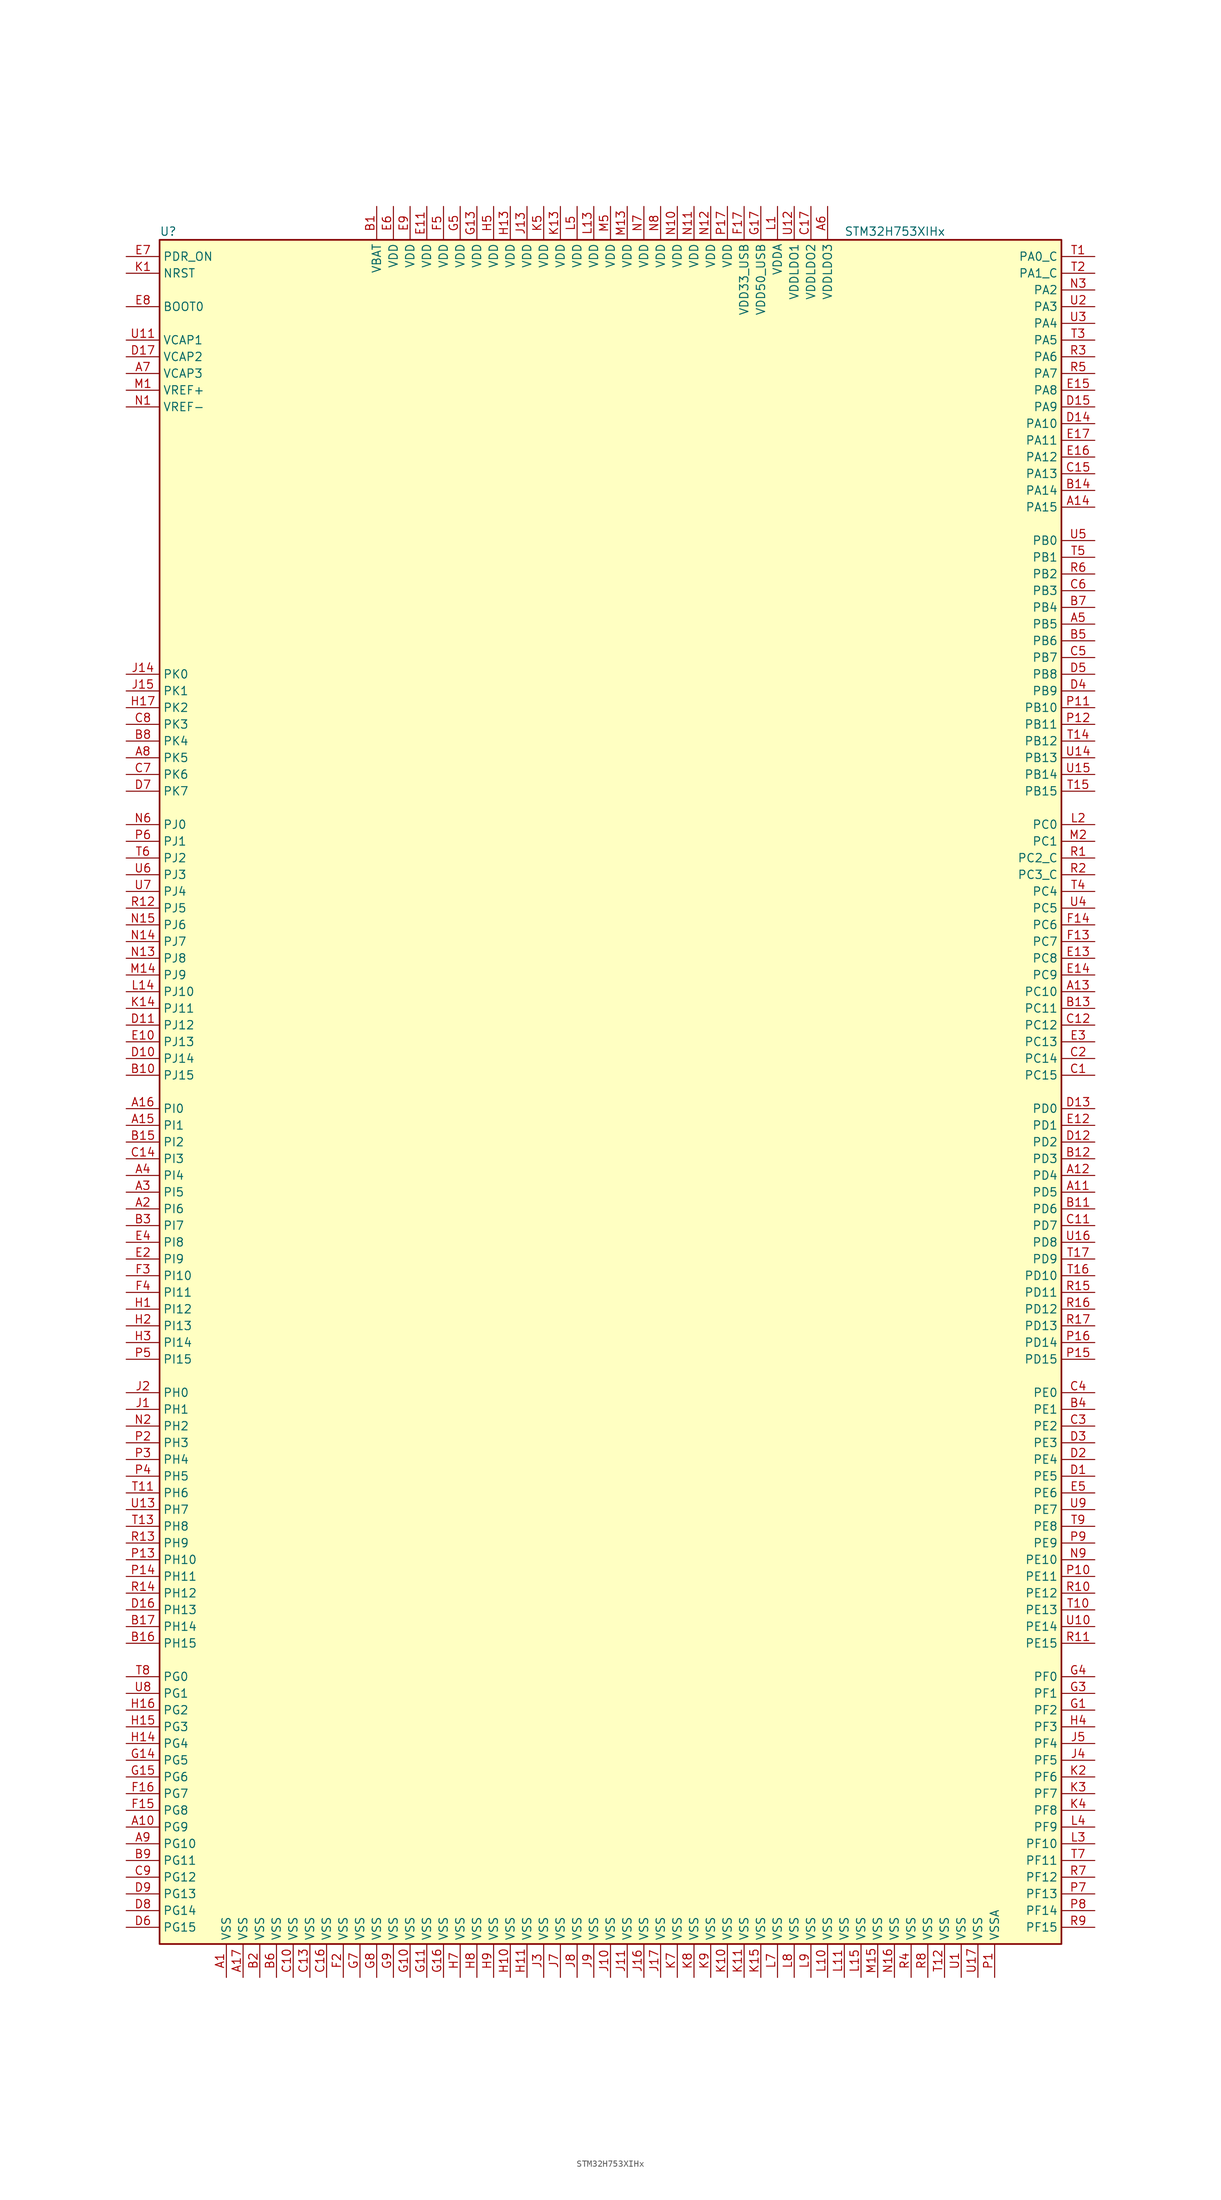
<source format=kicad_sym>
(kicad_symbol_lib
  (version 20220914)
  (generator kicad_symbol_editor)
  (symbol "STM32H753XIHx"
    (property "Reference" "U"
      (at -68.58 130.81 0)
      (effects (font (size 1.27 1.27)) (justify left)))
    (property "Value" "STM32H753XIHx"
      (at 35.56 130.81 0)
      (effects (font (size 1.27 1.27)) (justify left)))
    (symbol "STM32H753XIHx_0_1"
      (rectangle (start -68.58 -129.54) (end 68.58 129.54) (stroke (width 0.254) (type default)) (fill (type background))))
    (symbol "STM32H753XIHx_1_1"
      (pin power_in line (at -58.42 -134.62 90) (length 5.08) (name "VSS" (effects (font (size 1.27 1.27)))) (number "A1" (effects (font (size 1.27 1.27)))))
      (pin bidirectional line (at -73.66 -111.76 0) (length 5.08) (name "PG9" (effects (font (size 1.27 1.27)))) (number "A10" (effects (font (size 1.27 1.27)))))
      (pin bidirectional line (at 73.66 -15.24 180) (length 5.08) (name "PD5" (effects (font (size 1.27 1.27)))) (number "A11" (effects (font (size 1.27 1.27)))))
      (pin bidirectional line (at 73.66 -12.7 180) (length 5.08) (name "PD4" (effects (font (size 1.27 1.27)))) (number "A12" (effects (font (size 1.27 1.27)))))
      (pin bidirectional line (at 73.66 15.24 180) (length 5.08) (name "PC10" (effects (font (size 1.27 1.27)))) (number "A13" (effects (font (size 1.27 1.27)))))
      (pin bidirectional line (at 73.66 88.9 180) (length 5.08) (name "PA15" (effects (font (size 1.27 1.27)))) (number "A14" (effects (font (size 1.27 1.27)))))
      (pin bidirectional line (at -73.66 -5.08 0) (length 5.08) (name "PI1" (effects (font (size 1.27 1.27)))) (number "A15" (effects (font (size 1.27 1.27)))))
      (pin bidirectional line (at -73.66 -2.54 0) (length 5.08) (name "PI0" (effects (font (size 1.27 1.27)))) (number "A16" (effects (font (size 1.27 1.27)))))
      (pin power_in line (at -55.88 -134.62 90) (length 5.08) (name "VSS" (effects (font (size 1.27 1.27)))) (number "A17" (effects (font (size 1.27 1.27)))))
      (pin bidirectional line (at -73.66 -17.78 0) (length 5.08) (name "PI6" (effects (font (size 1.27 1.27)))) (number "A2" (effects (font (size 1.27 1.27)))))
      (pin bidirectional line (at -73.66 -15.24 0) (length 5.08) (name "PI5" (effects (font (size 1.27 1.27)))) (number "A3" (effects (font (size 1.27 1.27)))))
      (pin bidirectional line (at -73.66 -12.7 0) (length 5.08) (name "PI4" (effects (font (size 1.27 1.27)))) (number "A4" (effects (font (size 1.27 1.27)))))
      (pin bidirectional line (at 73.66 71.12 180) (length 5.08) (name "PB5" (effects (font (size 1.27 1.27)))) (number "A5" (effects (font (size 1.27 1.27)))))
      (pin power_in line (at 33.02 134.62 270) (length 5.08) (name "VDDLDO3" (effects (font (size 1.27 1.27)))) (number "A6" (effects (font (size 1.27 1.27)))))
      (pin power_in line (at -73.66 109.22 0) (length 5.08) (name "VCAP3" (effects (font (size 1.27 1.27)))) (number "A7" (effects (font (size 1.27 1.27)))))
      (pin bidirectional line (at -73.66 50.8 0) (length 5.08) (name "PK5" (effects (font (size 1.27 1.27)))) (number "A8" (effects (font (size 1.27 1.27)))))
      (pin bidirectional line (at -73.66 -114.3 0) (length 5.08) (name "PG10" (effects (font (size 1.27 1.27)))) (number "A9" (effects (font (size 1.27 1.27)))))
      (pin power_in line (at -35.56 134.62 270) (length 5.08) (name "VBAT" (effects (font (size 1.27 1.27)))) (number "B1" (effects (font (size 1.27 1.27)))))
      (pin bidirectional line (at -73.66 2.54 0) (length 5.08) (name "PJ15" (effects (font (size 1.27 1.27)))) (number "B10" (effects (font (size 1.27 1.27)))))
      (pin bidirectional line (at 73.66 -17.78 180) (length 5.08) (name "PD6" (effects (font (size 1.27 1.27)))) (number "B11" (effects (font (size 1.27 1.27)))))
      (pin bidirectional line (at 73.66 -10.16 180) (length 5.08) (name "PD3" (effects (font (size 1.27 1.27)))) (number "B12" (effects (font (size 1.27 1.27)))))
      (pin bidirectional line (at 73.66 12.7 180) (length 5.08) (name "PC11" (effects (font (size 1.27 1.27)))) (number "B13" (effects (font (size 1.27 1.27)))))
      (pin bidirectional line (at 73.66 91.44 180) (length 5.08) (name "PA14" (effects (font (size 1.27 1.27)))) (number "B14" (effects (font (size 1.27 1.27)))))
      (pin bidirectional line (at -73.66 -7.62 0) (length 5.08) (name "PI2" (effects (font (size 1.27 1.27)))) (number "B15" (effects (font (size 1.27 1.27)))))
      (pin bidirectional line (at -73.66 -83.82 0) (length 5.08) (name "PH15" (effects (font (size 1.27 1.27)))) (number "B16" (effects (font (size 1.27 1.27)))))
      (pin bidirectional line (at -73.66 -81.28 0) (length 5.08) (name "PH14" (effects (font (size 1.27 1.27)))) (number "B17" (effects (font (size 1.27 1.27)))))
      (pin power_in line (at -53.34 -134.62 90) (length 5.08) (name "VSS" (effects (font (size 1.27 1.27)))) (number "B2" (effects (font (size 1.27 1.27)))))
      (pin bidirectional line (at -73.66 -20.32 0) (length 5.08) (name "PI7" (effects (font (size 1.27 1.27)))) (number "B3" (effects (font (size 1.27 1.27)))))
      (pin bidirectional line (at 73.66 -48.26 180) (length 5.08) (name "PE1" (effects (font (size 1.27 1.27)))) (number "B4" (effects (font (size 1.27 1.27)))))
      (pin bidirectional line (at 73.66 68.58 180) (length 5.08) (name "PB6" (effects (font (size 1.27 1.27)))) (number "B5" (effects (font (size 1.27 1.27)))))
      (pin power_in line (at -50.8 -134.62 90) (length 5.08) (name "VSS" (effects (font (size 1.27 1.27)))) (number "B6" (effects (font (size 1.27 1.27)))))
      (pin bidirectional line (at 73.66 73.66 180) (length 5.08) (name "PB4" (effects (font (size 1.27 1.27)))) (number "B7" (effects (font (size 1.27 1.27)))))
      (pin bidirectional line (at -73.66 53.34 0) (length 5.08) (name "PK4" (effects (font (size 1.27 1.27)))) (number "B8" (effects (font (size 1.27 1.27)))))
      (pin bidirectional line (at -73.66 -116.84 0) (length 5.08) (name "PG11" (effects (font (size 1.27 1.27)))) (number "B9" (effects (font (size 1.27 1.27)))))
      (pin bidirectional line (at 73.66 2.54 180) (length 5.08) (name "PC15" (effects (font (size 1.27 1.27)))) (number "C1" (effects (font (size 1.27 1.27)))))
      (pin power_in line (at -48.26 -134.62 90) (length 5.08) (name "VSS" (effects (font (size 1.27 1.27)))) (number "C10" (effects (font (size 1.27 1.27)))))
      (pin bidirectional line (at 73.66 -20.32 180) (length 5.08) (name "PD7" (effects (font (size 1.27 1.27)))) (number "C11" (effects (font (size 1.27 1.27)))))
      (pin bidirectional line (at 73.66 10.16 180) (length 5.08) (name "PC12" (effects (font (size 1.27 1.27)))) (number "C12" (effects (font (size 1.27 1.27)))))
      (pin power_in line (at -45.72 -134.62 90) (length 5.08) (name "VSS" (effects (font (size 1.27 1.27)))) (number "C13" (effects (font (size 1.27 1.27)))))
      (pin bidirectional line (at -73.66 -10.16 0) (length 5.08) (name "PI3" (effects (font (size 1.27 1.27)))) (number "C14" (effects (font (size 1.27 1.27)))))
      (pin bidirectional line (at 73.66 93.98 180) (length 5.08) (name "PA13" (effects (font (size 1.27 1.27)))) (number "C15" (effects (font (size 1.27 1.27)))))
      (pin power_in line (at -43.18 -134.62 90) (length 5.08) (name "VSS" (effects (font (size 1.27 1.27)))) (number "C16" (effects (font (size 1.27 1.27)))))
      (pin power_in line (at 30.48 134.62 270) (length 5.08) (name "VDDLDO2" (effects (font (size 1.27 1.27)))) (number "C17" (effects (font (size 1.27 1.27)))))
      (pin bidirectional line (at 73.66 5.08 180) (length 5.08) (name "PC14" (effects (font (size 1.27 1.27)))) (number "C2" (effects (font (size 1.27 1.27)))))
      (pin bidirectional line (at 73.66 -50.8 180) (length 5.08) (name "PE2" (effects (font (size 1.27 1.27)))) (number "C3" (effects (font (size 1.27 1.27)))))
      (pin bidirectional line (at 73.66 -45.72 180) (length 5.08) (name "PE0" (effects (font (size 1.27 1.27)))) (number "C4" (effects (font (size 1.27 1.27)))))
      (pin bidirectional line (at 73.66 66.04 180) (length 5.08) (name "PB7" (effects (font (size 1.27 1.27)))) (number "C5" (effects (font (size 1.27 1.27)))))
      (pin bidirectional line (at 73.66 76.2 180) (length 5.08) (name "PB3" (effects (font (size 1.27 1.27)))) (number "C6" (effects (font (size 1.27 1.27)))))
      (pin bidirectional line (at -73.66 48.26 0) (length 5.08) (name "PK6" (effects (font (size 1.27 1.27)))) (number "C7" (effects (font (size 1.27 1.27)))))
      (pin bidirectional line (at -73.66 55.88 0) (length 5.08) (name "PK3" (effects (font (size 1.27 1.27)))) (number "C8" (effects (font (size 1.27 1.27)))))
      (pin bidirectional line (at -73.66 -119.38 0) (length 5.08) (name "PG12" (effects (font (size 1.27 1.27)))) (number "C9" (effects (font (size 1.27 1.27)))))
      (pin bidirectional line (at 73.66 -58.42 180) (length 5.08) (name "PE5" (effects (font (size 1.27 1.27)))) (number "D1" (effects (font (size 1.27 1.27)))))
      (pin bidirectional line (at -73.66 5.08 0) (length 5.08) (name "PJ14" (effects (font (size 1.27 1.27)))) (number "D10" (effects (font (size 1.27 1.27)))))
      (pin bidirectional line (at -73.66 10.16 0) (length 5.08) (name "PJ12" (effects (font (size 1.27 1.27)))) (number "D11" (effects (font (size 1.27 1.27)))))
      (pin bidirectional line (at 73.66 -7.62 180) (length 5.08) (name "PD2" (effects (font (size 1.27 1.27)))) (number "D12" (effects (font (size 1.27 1.27)))))
      (pin bidirectional line (at 73.66 -2.54 180) (length 5.08) (name "PD0" (effects (font (size 1.27 1.27)))) (number "D13" (effects (font (size 1.27 1.27)))))
      (pin bidirectional line (at 73.66 101.6 180) (length 5.08) (name "PA10" (effects (font (size 1.27 1.27)))) (number "D14" (effects (font (size 1.27 1.27)))))
      (pin bidirectional line (at 73.66 104.14 180) (length 5.08) (name "PA9" (effects (font (size 1.27 1.27)))) (number "D15" (effects (font (size 1.27 1.27)))))
      (pin bidirectional line (at -73.66 -78.74 0) (length 5.08) (name "PH13" (effects (font (size 1.27 1.27)))) (number "D16" (effects (font (size 1.27 1.27)))))
      (pin power_in line (at -73.66 111.76 0) (length 5.08) (name "VCAP2" (effects (font (size 1.27 1.27)))) (number "D17" (effects (font (size 1.27 1.27)))))
      (pin bidirectional line (at 73.66 -55.88 180) (length 5.08) (name "PE4" (effects (font (size 1.27 1.27)))) (number "D2" (effects (font (size 1.27 1.27)))))
      (pin bidirectional line (at 73.66 -53.34 180) (length 5.08) (name "PE3" (effects (font (size 1.27 1.27)))) (number "D3" (effects (font (size 1.27 1.27)))))
      (pin bidirectional line (at 73.66 60.96 180) (length 5.08) (name "PB9" (effects (font (size 1.27 1.27)))) (number "D4" (effects (font (size 1.27 1.27)))))
      (pin bidirectional line (at 73.66 63.5 180) (length 5.08) (name "PB8" (effects (font (size 1.27 1.27)))) (number "D5" (effects (font (size 1.27 1.27)))))
      (pin bidirectional line (at -73.66 -127 0) (length 5.08) (name "PG15" (effects (font (size 1.27 1.27)))) (number "D6" (effects (font (size 1.27 1.27)))))
      (pin bidirectional line (at -73.66 45.72 0) (length 5.08) (name "PK7" (effects (font (size 1.27 1.27)))) (number "D7" (effects (font (size 1.27 1.27)))))
      (pin bidirectional line (at -73.66 -124.46 0) (length 5.08) (name "PG14" (effects (font (size 1.27 1.27)))) (number "D8" (effects (font (size 1.27 1.27)))))
      (pin bidirectional line (at -73.66 -121.92 0) (length 5.08) (name "PG13" (effects (font (size 1.27 1.27)))) (number "D9" (effects (font (size 1.27 1.27)))))
      (pin no_connect line (at -68.58 -127 0) (length 5.08) hide (name "NC" (effects (font (size 1.27 1.27)))) (number "E1" (effects (font (size 1.27 1.27)))))
      (pin bidirectional line (at -73.66 7.62 0) (length 5.08) (name "PJ13" (effects (font (size 1.27 1.27)))) (number "E10" (effects (font (size 1.27 1.27)))))
      (pin power_in line (at -27.94 134.62 270) (length 5.08) (name "VDD" (effects (font (size 1.27 1.27)))) (number "E11" (effects (font (size 1.27 1.27)))))
      (pin bidirectional line (at 73.66 -5.08 180) (length 5.08) (name "PD1" (effects (font (size 1.27 1.27)))) (number "E12" (effects (font (size 1.27 1.27)))))
      (pin bidirectional line (at 73.66 20.32 180) (length 5.08) (name "PC8" (effects (font (size 1.27 1.27)))) (number "E13" (effects (font (size 1.27 1.27)))))
      (pin bidirectional line (at 73.66 17.78 180) (length 5.08) (name "PC9" (effects (font (size 1.27 1.27)))) (number "E14" (effects (font (size 1.27 1.27)))))
      (pin bidirectional line (at 73.66 106.68 180) (length 5.08) (name "PA8" (effects (font (size 1.27 1.27)))) (number "E15" (effects (font (size 1.27 1.27)))))
      (pin bidirectional line (at 73.66 96.52 180) (length 5.08) (name "PA12" (effects (font (size 1.27 1.27)))) (number "E16" (effects (font (size 1.27 1.27)))))
      (pin bidirectional line (at 73.66 99.06 180) (length 5.08) (name "PA11" (effects (font (size 1.27 1.27)))) (number "E17" (effects (font (size 1.27 1.27)))))
      (pin bidirectional line (at -73.66 -25.4 0) (length 5.08) (name "PI9" (effects (font (size 1.27 1.27)))) (number "E2" (effects (font (size 1.27 1.27)))))
      (pin bidirectional line (at 73.66 7.62 180) (length 5.08) (name "PC13" (effects (font (size 1.27 1.27)))) (number "E3" (effects (font (size 1.27 1.27)))))
      (pin bidirectional line (at -73.66 -22.86 0) (length 5.08) (name "PI8" (effects (font (size 1.27 1.27)))) (number "E4" (effects (font (size 1.27 1.27)))))
      (pin bidirectional line (at 73.66 -60.96 180) (length 5.08) (name "PE6" (effects (font (size 1.27 1.27)))) (number "E5" (effects (font (size 1.27 1.27)))))
      (pin power_in line (at -33.02 134.62 270) (length 5.08) (name "VDD" (effects (font (size 1.27 1.27)))) (number "E6" (effects (font (size 1.27 1.27)))))
      (pin input line (at -73.66 127 0) (length 5.08) (name "PDR_ON" (effects (font (size 1.27 1.27)))) (number "E7" (effects (font (size 1.27 1.27)))))
      (pin input line (at -73.66 119.38 0) (length 5.08) (name "BOOT0" (effects (font (size 1.27 1.27)))) (number "E8" (effects (font (size 1.27 1.27)))))
      (pin power_in line (at -30.48 134.62 270) (length 5.08) (name "VDD" (effects (font (size 1.27 1.27)))) (number "E9" (effects (font (size 1.27 1.27)))))
      (pin no_connect line (at -68.58 -124.46 0) (length 5.08) hide (name "NC" (effects (font (size 1.27 1.27)))) (number "F1" (effects (font (size 1.27 1.27)))))
      (pin bidirectional line (at 73.66 22.86 180) (length 5.08) (name "PC7" (effects (font (size 1.27 1.27)))) (number "F13" (effects (font (size 1.27 1.27)))))
      (pin bidirectional line (at 73.66 25.4 180) (length 5.08) (name "PC6" (effects (font (size 1.27 1.27)))) (number "F14" (effects (font (size 1.27 1.27)))))
      (pin bidirectional line (at -73.66 -109.22 0) (length 5.08) (name "PG8" (effects (font (size 1.27 1.27)))) (number "F15" (effects (font (size 1.27 1.27)))))
      (pin bidirectional line (at -73.66 -106.68 0) (length 5.08) (name "PG7" (effects (font (size 1.27 1.27)))) (number "F16" (effects (font (size 1.27 1.27)))))
      (pin power_in line (at 20.32 134.62 270) (length 5.08) (name "VDD33_USB" (effects (font (size 1.27 1.27)))) (number "F17" (effects (font (size 1.27 1.27)))))
      (pin power_in line (at -40.64 -134.62 90) (length 5.08) (name "VSS" (effects (font (size 1.27 1.27)))) (number "F2" (effects (font (size 1.27 1.27)))))
      (pin bidirectional line (at -73.66 -27.94 0) (length 5.08) (name "PI10" (effects (font (size 1.27 1.27)))) (number "F3" (effects (font (size 1.27 1.27)))))
      (pin bidirectional line (at -73.66 -30.48 0) (length 5.08) (name "PI11" (effects (font (size 1.27 1.27)))) (number "F4" (effects (font (size 1.27 1.27)))))
      (pin power_in line (at -25.4 134.62 270) (length 5.08) (name "VDD" (effects (font (size 1.27 1.27)))) (number "F5" (effects (font (size 1.27 1.27)))))
      (pin bidirectional line (at 73.66 -93.98 180) (length 5.08) (name "PF2" (effects (font (size 1.27 1.27)))) (number "G1" (effects (font (size 1.27 1.27)))))
      (pin power_in line (at -30.48 -134.62 90) (length 5.08) (name "VSS" (effects (font (size 1.27 1.27)))) (number "G10" (effects (font (size 1.27 1.27)))))
      (pin power_in line (at -27.94 -134.62 90) (length 5.08) (name "VSS" (effects (font (size 1.27 1.27)))) (number "G11" (effects (font (size 1.27 1.27)))))
      (pin power_in line (at -20.32 134.62 270) (length 5.08) (name "VDD" (effects (font (size 1.27 1.27)))) (number "G13" (effects (font (size 1.27 1.27)))))
      (pin bidirectional line (at -73.66 -101.6 0) (length 5.08) (name "PG5" (effects (font (size 1.27 1.27)))) (number "G14" (effects (font (size 1.27 1.27)))))
      (pin bidirectional line (at -73.66 -104.14 0) (length 5.08) (name "PG6" (effects (font (size 1.27 1.27)))) (number "G15" (effects (font (size 1.27 1.27)))))
      (pin power_in line (at -25.4 -134.62 90) (length 5.08) (name "VSS" (effects (font (size 1.27 1.27)))) (number "G16" (effects (font (size 1.27 1.27)))))
      (pin power_in line (at 22.86 134.62 270) (length 5.08) (name "VDD50_USB" (effects (font (size 1.27 1.27)))) (number "G17" (effects (font (size 1.27 1.27)))))
      (pin no_connect line (at -68.58 -121.92 0) (length 5.08) hide (name "NC" (effects (font (size 1.27 1.27)))) (number "G2" (effects (font (size 1.27 1.27)))))
      (pin bidirectional line (at 73.66 -91.44 180) (length 5.08) (name "PF1" (effects (font (size 1.27 1.27)))) (number "G3" (effects (font (size 1.27 1.27)))))
      (pin bidirectional line (at 73.66 -88.9 180) (length 5.08) (name "PF0" (effects (font (size 1.27 1.27)))) (number "G4" (effects (font (size 1.27 1.27)))))
      (pin power_in line (at -22.86 134.62 270) (length 5.08) (name "VDD" (effects (font (size 1.27 1.27)))) (number "G5" (effects (font (size 1.27 1.27)))))
      (pin power_in line (at -38.1 -134.62 90) (length 5.08) (name "VSS" (effects (font (size 1.27 1.27)))) (number "G7" (effects (font (size 1.27 1.27)))))
      (pin power_in line (at -35.56 -134.62 90) (length 5.08) (name "VSS" (effects (font (size 1.27 1.27)))) (number "G8" (effects (font (size 1.27 1.27)))))
      (pin power_in line (at -33.02 -134.62 90) (length 5.08) (name "VSS" (effects (font (size 1.27 1.27)))) (number "G9" (effects (font (size 1.27 1.27)))))
      (pin bidirectional line (at -73.66 -33.02 0) (length 5.08) (name "PI12" (effects (font (size 1.27 1.27)))) (number "H1" (effects (font (size 1.27 1.27)))))
      (pin power_in line (at -15.24 -134.62 90) (length 5.08) (name "VSS" (effects (font (size 1.27 1.27)))) (number "H10" (effects (font (size 1.27 1.27)))))
      (pin power_in line (at -12.7 -134.62 90) (length 5.08) (name "VSS" (effects (font (size 1.27 1.27)))) (number "H11" (effects (font (size 1.27 1.27)))))
      (pin power_in line (at -15.24 134.62 270) (length 5.08) (name "VDD" (effects (font (size 1.27 1.27)))) (number "H13" (effects (font (size 1.27 1.27)))))
      (pin bidirectional line (at -73.66 -99.06 0) (length 5.08) (name "PG4" (effects (font (size 1.27 1.27)))) (number "H14" (effects (font (size 1.27 1.27)))))
      (pin bidirectional line (at -73.66 -96.52 0) (length 5.08) (name "PG3" (effects (font (size 1.27 1.27)))) (number "H15" (effects (font (size 1.27 1.27)))))
      (pin bidirectional line (at -73.66 -93.98 0) (length 5.08) (name "PG2" (effects (font (size 1.27 1.27)))) (number "H16" (effects (font (size 1.27 1.27)))))
      (pin bidirectional line (at -73.66 58.42 0) (length 5.08) (name "PK2" (effects (font (size 1.27 1.27)))) (number "H17" (effects (font (size 1.27 1.27)))))
      (pin bidirectional line (at -73.66 -35.56 0) (length 5.08) (name "PI13" (effects (font (size 1.27 1.27)))) (number "H2" (effects (font (size 1.27 1.27)))))
      (pin bidirectional line (at -73.66 -38.1 0) (length 5.08) (name "PI14" (effects (font (size 1.27 1.27)))) (number "H3" (effects (font (size 1.27 1.27)))))
      (pin bidirectional line (at 73.66 -96.52 180) (length 5.08) (name "PF3" (effects (font (size 1.27 1.27)))) (number "H4" (effects (font (size 1.27 1.27)))))
      (pin power_in line (at -17.78 134.62 270) (length 5.08) (name "VDD" (effects (font (size 1.27 1.27)))) (number "H5" (effects (font (size 1.27 1.27)))))
      (pin power_in line (at -22.86 -134.62 90) (length 5.08) (name "VSS" (effects (font (size 1.27 1.27)))) (number "H7" (effects (font (size 1.27 1.27)))))
      (pin power_in line (at -20.32 -134.62 90) (length 5.08) (name "VSS" (effects (font (size 1.27 1.27)))) (number "H8" (effects (font (size 1.27 1.27)))))
      (pin power_in line (at -17.78 -134.62 90) (length 5.08) (name "VSS" (effects (font (size 1.27 1.27)))) (number "H9" (effects (font (size 1.27 1.27)))))
      (pin input line (at -73.66 -48.26 0) (length 5.08) (name "PH1" (effects (font (size 1.27 1.27)))) (number "J1" (effects (font (size 1.27 1.27)))))
      (pin power_in line (at 0 -134.62 90) (length 5.08) (name "VSS" (effects (font (size 1.27 1.27)))) (number "J10" (effects (font (size 1.27 1.27)))))
      (pin power_in line (at 2.54 -134.62 90) (length 5.08) (name "VSS" (effects (font (size 1.27 1.27)))) (number "J11" (effects (font (size 1.27 1.27)))))
      (pin power_in line (at -12.7 134.62 270) (length 5.08) (name "VDD" (effects (font (size 1.27 1.27)))) (number "J13" (effects (font (size 1.27 1.27)))))
      (pin bidirectional line (at -73.66 63.5 0) (length 5.08) (name "PK0" (effects (font (size 1.27 1.27)))) (number "J14" (effects (font (size 1.27 1.27)))))
      (pin bidirectional line (at -73.66 60.96 0) (length 5.08) (name "PK1" (effects (font (size 1.27 1.27)))) (number "J15" (effects (font (size 1.27 1.27)))))
      (pin power_in line (at 5.08 -134.62 90) (length 5.08) (name "VSS" (effects (font (size 1.27 1.27)))) (number "J16" (effects (font (size 1.27 1.27)))))
      (pin power_in line (at 7.62 -134.62 90) (length 5.08) (name "VSS" (effects (font (size 1.27 1.27)))) (number "J17" (effects (font (size 1.27 1.27)))))
      (pin input line (at -73.66 -45.72 0) (length 5.08) (name "PH0" (effects (font (size 1.27 1.27)))) (number "J2" (effects (font (size 1.27 1.27)))))
      (pin power_in line (at -10.16 -134.62 90) (length 5.08) (name "VSS" (effects (font (size 1.27 1.27)))) (number "J3" (effects (font (size 1.27 1.27)))))
      (pin bidirectional line (at 73.66 -101.6 180) (length 5.08) (name "PF5" (effects (font (size 1.27 1.27)))) (number "J4" (effects (font (size 1.27 1.27)))))
      (pin bidirectional line (at 73.66 -99.06 180) (length 5.08) (name "PF4" (effects (font (size 1.27 1.27)))) (number "J5" (effects (font (size 1.27 1.27)))))
      (pin power_in line (at -7.62 -134.62 90) (length 5.08) (name "VSS" (effects (font (size 1.27 1.27)))) (number "J7" (effects (font (size 1.27 1.27)))))
      (pin power_in line (at -5.08 -134.62 90) (length 5.08) (name "VSS" (effects (font (size 1.27 1.27)))) (number "J8" (effects (font (size 1.27 1.27)))))
      (pin power_in line (at -2.54 -134.62 90) (length 5.08) (name "VSS" (effects (font (size 1.27 1.27)))) (number "J9" (effects (font (size 1.27 1.27)))))
      (pin input line (at -73.66 124.46 0) (length 5.08) (name "NRST" (effects (font (size 1.27 1.27)))) (number "K1" (effects (font (size 1.27 1.27)))))
      (pin power_in line (at 17.78 -134.62 90) (length 5.08) (name "VSS" (effects (font (size 1.27 1.27)))) (number "K10" (effects (font (size 1.27 1.27)))))
      (pin power_in line (at 20.32 -134.62 90) (length 5.08) (name "VSS" (effects (font (size 1.27 1.27)))) (number "K11" (effects (font (size 1.27 1.27)))))
      (pin power_in line (at -7.62 134.62 270) (length 5.08) (name "VDD" (effects (font (size 1.27 1.27)))) (number "K13" (effects (font (size 1.27 1.27)))))
      (pin bidirectional line (at -73.66 12.7 0) (length 5.08) (name "PJ11" (effects (font (size 1.27 1.27)))) (number "K14" (effects (font (size 1.27 1.27)))))
      (pin power_in line (at 22.86 -134.62 90) (length 5.08) (name "VSS" (effects (font (size 1.27 1.27)))) (number "K15" (effects (font (size 1.27 1.27)))))
      (pin no_connect line (at -68.58 -119.38 0) (length 5.08) hide (name "NC" (effects (font (size 1.27 1.27)))) (number "K16" (effects (font (size 1.27 1.27)))))
      (pin no_connect line (at -68.58 -116.84 0) (length 5.08) hide (name "NC" (effects (font (size 1.27 1.27)))) (number "K17" (effects (font (size 1.27 1.27)))))
      (pin bidirectional line (at 73.66 -104.14 180) (length 5.08) (name "PF6" (effects (font (size 1.27 1.27)))) (number "K2" (effects (font (size 1.27 1.27)))))
      (pin bidirectional line (at 73.66 -106.68 180) (length 5.08) (name "PF7" (effects (font (size 1.27 1.27)))) (number "K3" (effects (font (size 1.27 1.27)))))
      (pin bidirectional line (at 73.66 -109.22 180) (length 5.08) (name "PF8" (effects (font (size 1.27 1.27)))) (number "K4" (effects (font (size 1.27 1.27)))))
      (pin power_in line (at -10.16 134.62 270) (length 5.08) (name "VDD" (effects (font (size 1.27 1.27)))) (number "K5" (effects (font (size 1.27 1.27)))))
      (pin power_in line (at 10.16 -134.62 90) (length 5.08) (name "VSS" (effects (font (size 1.27 1.27)))) (number "K7" (effects (font (size 1.27 1.27)))))
      (pin power_in line (at 12.7 -134.62 90) (length 5.08) (name "VSS" (effects (font (size 1.27 1.27)))) (number "K8" (effects (font (size 1.27 1.27)))))
      (pin power_in line (at 15.24 -134.62 90) (length 5.08) (name "VSS" (effects (font (size 1.27 1.27)))) (number "K9" (effects (font (size 1.27 1.27)))))
      (pin power_in line (at 25.4 134.62 270) (length 5.08) (name "VDDA" (effects (font (size 1.27 1.27)))) (number "L1" (effects (font (size 1.27 1.27)))))
      (pin power_in line (at 33.02 -134.62 90) (length 5.08) (name "VSS" (effects (font (size 1.27 1.27)))) (number "L10" (effects (font (size 1.27 1.27)))))
      (pin power_in line (at 35.56 -134.62 90) (length 5.08) (name "VSS" (effects (font (size 1.27 1.27)))) (number "L11" (effects (font (size 1.27 1.27)))))
      (pin power_in line (at -2.54 134.62 270) (length 5.08) (name "VDD" (effects (font (size 1.27 1.27)))) (number "L13" (effects (font (size 1.27 1.27)))))
      (pin bidirectional line (at -73.66 15.24 0) (length 5.08) (name "PJ10" (effects (font (size 1.27 1.27)))) (number "L14" (effects (font (size 1.27 1.27)))))
      (pin power_in line (at 38.1 -134.62 90) (length 5.08) (name "VSS" (effects (font (size 1.27 1.27)))) (number "L15" (effects (font (size 1.27 1.27)))))
      (pin no_connect line (at -68.58 -114.3 0) (length 5.08) hide (name "NC" (effects (font (size 1.27 1.27)))) (number "L16" (effects (font (size 1.27 1.27)))))
      (pin no_connect line (at -68.58 -111.76 0) (length 5.08) hide (name "NC" (effects (font (size 1.27 1.27)))) (number "L17" (effects (font (size 1.27 1.27)))))
      (pin bidirectional line (at 73.66 40.64 180) (length 5.08) (name "PC0" (effects (font (size 1.27 1.27)))) (number "L2" (effects (font (size 1.27 1.27)))))
      (pin bidirectional line (at 73.66 -114.3 180) (length 5.08) (name "PF10" (effects (font (size 1.27 1.27)))) (number "L3" (effects (font (size 1.27 1.27)))))
      (pin bidirectional line (at 73.66 -111.76 180) (length 5.08) (name "PF9" (effects (font (size 1.27 1.27)))) (number "L4" (effects (font (size 1.27 1.27)))))
      (pin power_in line (at -5.08 134.62 270) (length 5.08) (name "VDD" (effects (font (size 1.27 1.27)))) (number "L5" (effects (font (size 1.27 1.27)))))
      (pin power_in line (at 25.4 -134.62 90) (length 5.08) (name "VSS" (effects (font (size 1.27 1.27)))) (number "L7" (effects (font (size 1.27 1.27)))))
      (pin power_in line (at 27.94 -134.62 90) (length 5.08) (name "VSS" (effects (font (size 1.27 1.27)))) (number "L8" (effects (font (size 1.27 1.27)))))
      (pin power_in line (at 30.48 -134.62 90) (length 5.08) (name "VSS" (effects (font (size 1.27 1.27)))) (number "L9" (effects (font (size 1.27 1.27)))))
      (pin bidirectional line (at -73.66 106.68 0) (length 5.08) (name "VREF+" (effects (font (size 1.27 1.27)))) (number "M1" (effects (font (size 1.27 1.27)))))
      (pin power_in line (at 2.54 134.62 270) (length 5.08) (name "VDD" (effects (font (size 1.27 1.27)))) (number "M13" (effects (font (size 1.27 1.27)))))
      (pin bidirectional line (at -73.66 17.78 0) (length 5.08) (name "PJ9" (effects (font (size 1.27 1.27)))) (number "M14" (effects (font (size 1.27 1.27)))))
      (pin power_in line (at 40.64 -134.62 90) (length 5.08) (name "VSS" (effects (font (size 1.27 1.27)))) (number "M15" (effects (font (size 1.27 1.27)))))
      (pin no_connect line (at -68.58 -109.22 0) (length 5.08) hide (name "NC" (effects (font (size 1.27 1.27)))) (number "M16" (effects (font (size 1.27 1.27)))))
      (pin no_connect line (at -68.58 -106.68 0) (length 5.08) hide (name "NC" (effects (font (size 1.27 1.27)))) (number "M17" (effects (font (size 1.27 1.27)))))
      (pin bidirectional line (at 73.66 38.1 180) (length 5.08) (name "PC1" (effects (font (size 1.27 1.27)))) (number "M2" (effects (font (size 1.27 1.27)))))
      (pin power_in line (at 0 134.62 270) (length 5.08) (name "VDD" (effects (font (size 1.27 1.27)))) (number "M5" (effects (font (size 1.27 1.27)))))
      (pin power_in line (at -73.66 104.14 0) (length 5.08) (name "VREF-" (effects (font (size 1.27 1.27)))) (number "N1" (effects (font (size 1.27 1.27)))))
      (pin power_in line (at 10.16 134.62 270) (length 5.08) (name "VDD" (effects (font (size 1.27 1.27)))) (number "N10" (effects (font (size 1.27 1.27)))))
      (pin power_in line (at 12.7 134.62 270) (length 5.08) (name "VDD" (effects (font (size 1.27 1.27)))) (number "N11" (effects (font (size 1.27 1.27)))))
      (pin power_in line (at 15.24 134.62 270) (length 5.08) (name "VDD" (effects (font (size 1.27 1.27)))) (number "N12" (effects (font (size 1.27 1.27)))))
      (pin bidirectional line (at -73.66 20.32 0) (length 5.08) (name "PJ8" (effects (font (size 1.27 1.27)))) (number "N13" (effects (font (size 1.27 1.27)))))
      (pin bidirectional line (at -73.66 22.86 0) (length 5.08) (name "PJ7" (effects (font (size 1.27 1.27)))) (number "N14" (effects (font (size 1.27 1.27)))))
      (pin bidirectional line (at -73.66 25.4 0) (length 5.08) (name "PJ6" (effects (font (size 1.27 1.27)))) (number "N15" (effects (font (size 1.27 1.27)))))
      (pin power_in line (at 43.18 -134.62 90) (length 5.08) (name "VSS" (effects (font (size 1.27 1.27)))) (number "N16" (effects (font (size 1.27 1.27)))))
      (pin no_connect line (at -68.58 -104.14 0) (length 5.08) hide (name "NC" (effects (font (size 1.27 1.27)))) (number "N17" (effects (font (size 1.27 1.27)))))
      (pin bidirectional line (at -73.66 -50.8 0) (length 5.08) (name "PH2" (effects (font (size 1.27 1.27)))) (number "N2" (effects (font (size 1.27 1.27)))))
      (pin bidirectional line (at 73.66 121.92 180) (length 5.08) (name "PA2" (effects (font (size 1.27 1.27)))) (number "N3" (effects (font (size 1.27 1.27)))))
      (pin bidirectional line (at -73.66 40.64 0) (length 5.08) (name "PJ0" (effects (font (size 1.27 1.27)))) (number "N6" (effects (font (size 1.27 1.27)))))
      (pin power_in line (at 5.08 134.62 270) (length 5.08) (name "VDD" (effects (font (size 1.27 1.27)))) (number "N7" (effects (font (size 1.27 1.27)))))
      (pin power_in line (at 7.62 134.62 270) (length 5.08) (name "VDD" (effects (font (size 1.27 1.27)))) (number "N8" (effects (font (size 1.27 1.27)))))
      (pin bidirectional line (at 73.66 -71.12 180) (length 5.08) (name "PE10" (effects (font (size 1.27 1.27)))) (number "N9" (effects (font (size 1.27 1.27)))))
      (pin power_in line (at 58.42 -134.62 90) (length 5.08) (name "VSSA" (effects (font (size 1.27 1.27)))) (number "P1" (effects (font (size 1.27 1.27)))))
      (pin bidirectional line (at 73.66 -73.66 180) (length 5.08) (name "PE11" (effects (font (size 1.27 1.27)))) (number "P10" (effects (font (size 1.27 1.27)))))
      (pin bidirectional line (at 73.66 58.42 180) (length 5.08) (name "PB10" (effects (font (size 1.27 1.27)))) (number "P11" (effects (font (size 1.27 1.27)))))
      (pin bidirectional line (at 73.66 55.88 180) (length 5.08) (name "PB11" (effects (font (size 1.27 1.27)))) (number "P12" (effects (font (size 1.27 1.27)))))
      (pin bidirectional line (at -73.66 -71.12 0) (length 5.08) (name "PH10" (effects (font (size 1.27 1.27)))) (number "P13" (effects (font (size 1.27 1.27)))))
      (pin bidirectional line (at -73.66 -73.66 0) (length 5.08) (name "PH11" (effects (font (size 1.27 1.27)))) (number "P14" (effects (font (size 1.27 1.27)))))
      (pin bidirectional line (at 73.66 -40.64 180) (length 5.08) (name "PD15" (effects (font (size 1.27 1.27)))) (number "P15" (effects (font (size 1.27 1.27)))))
      (pin bidirectional line (at 73.66 -38.1 180) (length 5.08) (name "PD14" (effects (font (size 1.27 1.27)))) (number "P16" (effects (font (size 1.27 1.27)))))
      (pin power_in line (at 17.78 134.62 270) (length 5.08) (name "VDD" (effects (font (size 1.27 1.27)))) (number "P17" (effects (font (size 1.27 1.27)))))
      (pin bidirectional line (at -73.66 -53.34 0) (length 5.08) (name "PH3" (effects (font (size 1.27 1.27)))) (number "P2" (effects (font (size 1.27 1.27)))))
      (pin bidirectional line (at -73.66 -55.88 0) (length 5.08) (name "PH4" (effects (font (size 1.27 1.27)))) (number "P3" (effects (font (size 1.27 1.27)))))
      (pin bidirectional line (at -73.66 -58.42 0) (length 5.08) (name "PH5" (effects (font (size 1.27 1.27)))) (number "P4" (effects (font (size 1.27 1.27)))))
      (pin bidirectional line (at -73.66 -40.64 0) (length 5.08) (name "PI15" (effects (font (size 1.27 1.27)))) (number "P5" (effects (font (size 1.27 1.27)))))
      (pin bidirectional line (at -73.66 38.1 0) (length 5.08) (name "PJ1" (effects (font (size 1.27 1.27)))) (number "P6" (effects (font (size 1.27 1.27)))))
      (pin bidirectional line (at 73.66 -121.92 180) (length 5.08) (name "PF13" (effects (font (size 1.27 1.27)))) (number "P7" (effects (font (size 1.27 1.27)))))
      (pin bidirectional line (at 73.66 -124.46 180) (length 5.08) (name "PF14" (effects (font (size 1.27 1.27)))) (number "P8" (effects (font (size 1.27 1.27)))))
      (pin bidirectional line (at 73.66 -68.58 180) (length 5.08) (name "PE9" (effects (font (size 1.27 1.27)))) (number "P9" (effects (font (size 1.27 1.27)))))
      (pin bidirectional line (at 73.66 35.56 180) (length 5.08) (name "PC2_C" (effects (font (size 1.27 1.27)))) (number "R1" (effects (font (size 1.27 1.27)))))
      (pin bidirectional line (at 73.66 -76.2 180) (length 5.08) (name "PE12" (effects (font (size 1.27 1.27)))) (number "R10" (effects (font (size 1.27 1.27)))))
      (pin bidirectional line (at 73.66 -83.82 180) (length 5.08) (name "PE15" (effects (font (size 1.27 1.27)))) (number "R11" (effects (font (size 1.27 1.27)))))
      (pin bidirectional line (at -73.66 27.94 0) (length 5.08) (name "PJ5" (effects (font (size 1.27 1.27)))) (number "R12" (effects (font (size 1.27 1.27)))))
      (pin bidirectional line (at -73.66 -68.58 0) (length 5.08) (name "PH9" (effects (font (size 1.27 1.27)))) (number "R13" (effects (font (size 1.27 1.27)))))
      (pin bidirectional line (at -73.66 -76.2 0) (length 5.08) (name "PH12" (effects (font (size 1.27 1.27)))) (number "R14" (effects (font (size 1.27 1.27)))))
      (pin bidirectional line (at 73.66 -30.48 180) (length 5.08) (name "PD11" (effects (font (size 1.27 1.27)))) (number "R15" (effects (font (size 1.27 1.27)))))
      (pin bidirectional line (at 73.66 -33.02 180) (length 5.08) (name "PD12" (effects (font (size 1.27 1.27)))) (number "R16" (effects (font (size 1.27 1.27)))))
      (pin bidirectional line (at 73.66 -35.56 180) (length 5.08) (name "PD13" (effects (font (size 1.27 1.27)))) (number "R17" (effects (font (size 1.27 1.27)))))
      (pin bidirectional line (at 73.66 33.02 180) (length 5.08) (name "PC3_C" (effects (font (size 1.27 1.27)))) (number "R2" (effects (font (size 1.27 1.27)))))
      (pin bidirectional line (at 73.66 111.76 180) (length 5.08) (name "PA6" (effects (font (size 1.27 1.27)))) (number "R3" (effects (font (size 1.27 1.27)))))
      (pin power_in line (at 45.72 -134.62 90) (length 5.08) (name "VSS" (effects (font (size 1.27 1.27)))) (number "R4" (effects (font (size 1.27 1.27)))))
      (pin bidirectional line (at 73.66 109.22 180) (length 5.08) (name "PA7" (effects (font (size 1.27 1.27)))) (number "R5" (effects (font (size 1.27 1.27)))))
      (pin bidirectional line (at 73.66 78.74 180) (length 5.08) (name "PB2" (effects (font (size 1.27 1.27)))) (number "R6" (effects (font (size 1.27 1.27)))))
      (pin bidirectional line (at 73.66 -119.38 180) (length 5.08) (name "PF12" (effects (font (size 1.27 1.27)))) (number "R7" (effects (font (size 1.27 1.27)))))
      (pin power_in line (at 48.26 -134.62 90) (length 5.08) (name "VSS" (effects (font (size 1.27 1.27)))) (number "R8" (effects (font (size 1.27 1.27)))))
      (pin bidirectional line (at 73.66 -127 180) (length 5.08) (name "PF15" (effects (font (size 1.27 1.27)))) (number "R9" (effects (font (size 1.27 1.27)))))
      (pin bidirectional line (at 73.66 127 180) (length 5.08) (name "PA0_C" (effects (font (size 1.27 1.27)))) (number "T1" (effects (font (size 1.27 1.27)))))
      (pin bidirectional line (at 73.66 -78.74 180) (length 5.08) (name "PE13" (effects (font (size 1.27 1.27)))) (number "T10" (effects (font (size 1.27 1.27)))))
      (pin bidirectional line (at -73.66 -60.96 0) (length 5.08) (name "PH6" (effects (font (size 1.27 1.27)))) (number "T11" (effects (font (size 1.27 1.27)))))
      (pin power_in line (at 50.8 -134.62 90) (length 5.08) (name "VSS" (effects (font (size 1.27 1.27)))) (number "T12" (effects (font (size 1.27 1.27)))))
      (pin bidirectional line (at -73.66 -66.04 0) (length 5.08) (name "PH8" (effects (font (size 1.27 1.27)))) (number "T13" (effects (font (size 1.27 1.27)))))
      (pin bidirectional line (at 73.66 53.34 180) (length 5.08) (name "PB12" (effects (font (size 1.27 1.27)))) (number "T14" (effects (font (size 1.27 1.27)))))
      (pin bidirectional line (at 73.66 45.72 180) (length 5.08) (name "PB15" (effects (font (size 1.27 1.27)))) (number "T15" (effects (font (size 1.27 1.27)))))
      (pin bidirectional line (at 73.66 -27.94 180) (length 5.08) (name "PD10" (effects (font (size 1.27 1.27)))) (number "T16" (effects (font (size 1.27 1.27)))))
      (pin bidirectional line (at 73.66 -25.4 180) (length 5.08) (name "PD9" (effects (font (size 1.27 1.27)))) (number "T17" (effects (font (size 1.27 1.27)))))
      (pin bidirectional line (at 73.66 124.46 180) (length 5.08) (name "PA1_C" (effects (font (size 1.27 1.27)))) (number "T2" (effects (font (size 1.27 1.27)))))
      (pin bidirectional line (at 73.66 114.3 180) (length 5.08) (name "PA5" (effects (font (size 1.27 1.27)))) (number "T3" (effects (font (size 1.27 1.27)))))
      (pin bidirectional line (at 73.66 30.48 180) (length 5.08) (name "PC4" (effects (font (size 1.27 1.27)))) (number "T4" (effects (font (size 1.27 1.27)))))
      (pin bidirectional line (at 73.66 81.28 180) (length 5.08) (name "PB1" (effects (font (size 1.27 1.27)))) (number "T5" (effects (font (size 1.27 1.27)))))
      (pin bidirectional line (at -73.66 35.56 0) (length 5.08) (name "PJ2" (effects (font (size 1.27 1.27)))) (number "T6" (effects (font (size 1.27 1.27)))))
      (pin bidirectional line (at 73.66 -116.84 180) (length 5.08) (name "PF11" (effects (font (size 1.27 1.27)))) (number "T7" (effects (font (size 1.27 1.27)))))
      (pin bidirectional line (at -73.66 -88.9 0) (length 5.08) (name "PG0" (effects (font (size 1.27 1.27)))) (number "T8" (effects (font (size 1.27 1.27)))))
      (pin bidirectional line (at 73.66 -66.04 180) (length 5.08) (name "PE8" (effects (font (size 1.27 1.27)))) (number "T9" (effects (font (size 1.27 1.27)))))
      (pin power_in line (at 53.34 -134.62 90) (length 5.08) (name "VSS" (effects (font (size 1.27 1.27)))) (number "U1" (effects (font (size 1.27 1.27)))))
      (pin bidirectional line (at 73.66 -81.28 180) (length 5.08) (name "PE14" (effects (font (size 1.27 1.27)))) (number "U10" (effects (font (size 1.27 1.27)))))
      (pin power_in line (at -73.66 114.3 0) (length 5.08) (name "VCAP1" (effects (font (size 1.27 1.27)))) (number "U11" (effects (font (size 1.27 1.27)))))
      (pin power_in line (at 27.94 134.62 270) (length 5.08) (name "VDDLDO1" (effects (font (size 1.27 1.27)))) (number "U12" (effects (font (size 1.27 1.27)))))
      (pin bidirectional line (at -73.66 -63.5 0) (length 5.08) (name "PH7" (effects (font (size 1.27 1.27)))) (number "U13" (effects (font (size 1.27 1.27)))))
      (pin bidirectional line (at 73.66 50.8 180) (length 5.08) (name "PB13" (effects (font (size 1.27 1.27)))) (number "U14" (effects (font (size 1.27 1.27)))))
      (pin bidirectional line (at 73.66 48.26 180) (length 5.08) (name "PB14" (effects (font (size 1.27 1.27)))) (number "U15" (effects (font (size 1.27 1.27)))))
      (pin bidirectional line (at 73.66 -22.86 180) (length 5.08) (name "PD8" (effects (font (size 1.27 1.27)))) (number "U16" (effects (font (size 1.27 1.27)))))
      (pin power_in line (at 55.88 -134.62 90) (length 5.08) (name "VSS" (effects (font (size 1.27 1.27)))) (number "U17" (effects (font (size 1.27 1.27)))))
      (pin bidirectional line (at 73.66 119.38 180) (length 5.08) (name "PA3" (effects (font (size 1.27 1.27)))) (number "U2" (effects (font (size 1.27 1.27)))))
      (pin bidirectional line (at 73.66 116.84 180) (length 5.08) (name "PA4" (effects (font (size 1.27 1.27)))) (number "U3" (effects (font (size 1.27 1.27)))))
      (pin bidirectional line (at 73.66 27.94 180) (length 5.08) (name "PC5" (effects (font (size 1.27 1.27)))) (number "U4" (effects (font (size 1.27 1.27)))))
      (pin bidirectional line (at 73.66 83.82 180) (length 5.08) (name "PB0" (effects (font (size 1.27 1.27)))) (number "U5" (effects (font (size 1.27 1.27)))))
      (pin bidirectional line (at -73.66 33.02 0) (length 5.08) (name "PJ3" (effects (font (size 1.27 1.27)))) (number "U6" (effects (font (size 1.27 1.27)))))
      (pin bidirectional line (at -73.66 30.48 0) (length 5.08) (name "PJ4" (effects (font (size 1.27 1.27)))) (number "U7" (effects (font (size 1.27 1.27)))))
      (pin bidirectional line (at -73.66 -91.44 0) (length 5.08) (name "PG1" (effects (font (size 1.27 1.27)))) (number "U8" (effects (font (size 1.27 1.27)))))
      (pin bidirectional line (at 73.66 -63.5 180) (length 5.08) (name "PE7" (effects (font (size 1.27 1.27)))) (number "U9" (effects (font (size 1.27 1.27))))))))
</source>
